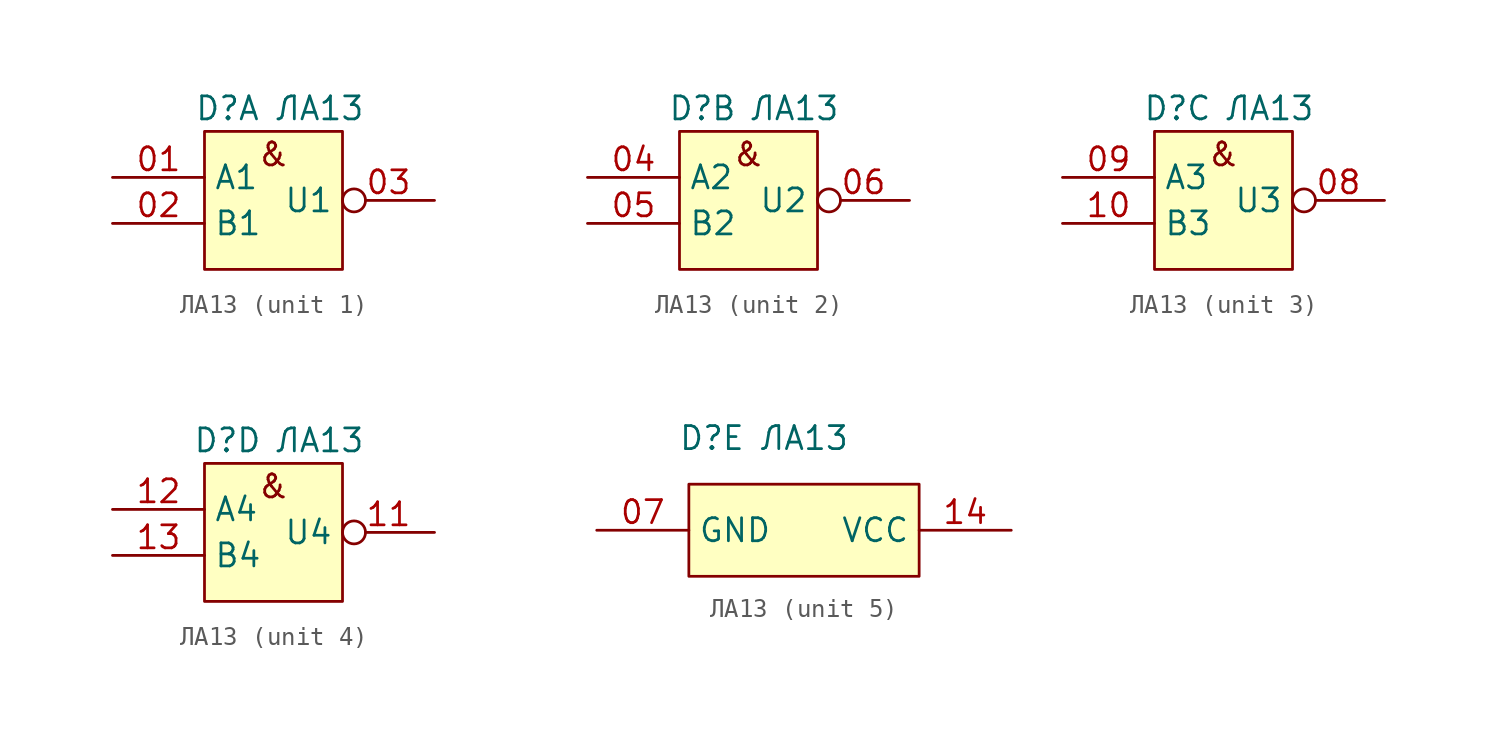
<source format=kicad_sym>
(kicad_symbol_lib
  (version 20231120)
  (generator "kicad_symbol_editor")
  (generator_version "8.0")
  (symbol "ЛА13"
    (property "Reference" "D"
      (at -2.54 -5.08 0)
      (effects (font (size 1.27 1.27))))
    (property "Value" "ЛА13"
      (at 2.54 -5.08 0)
      (effects (font (size 1.27 1.27))))
    (property "ki_locked" ""
      (at 0 0 0)
      (effects (font (size 1.27 1.27))))
    (symbol "ЛА13_1_0"
      (rectangle (start -3.81 -6.35) (end 3.81 -13.97) (stroke (width 0) (type default)) (fill (type background))))
    (symbol "ЛА13_1_1"
      (text "&" (at 0 -7.62 0) (effects (font (size 1.27 1.27))))
      (pin input line (at -8.89 -8.89 0) (length 5.08) (name "A1" (effects (font (size 1.27 1.27)))) (number "01" (effects (font (size 1.27 1.27)))))
      (pin input line (at -8.89 -11.43 0) (length 5.08) (name "B1" (effects (font (size 1.27 1.27)))) (number "02" (effects (font (size 1.27 1.27)))))
      (pin output inverted (at 8.89 -10.16 180) (length 5.08) (name "U1" (effects (font (size 1.27 1.27)))) (number "03" (effects (font (size 1.27 1.27))))))
    (symbol "ЛА13_2_0"
      (rectangle (start -3.81 -6.35) (end 3.81 -13.97) (stroke (width 0) (type default)) (fill (type background))))
    (symbol "ЛА13_2_1"
      (text "&" (at 0 -7.62 0) (effects (font (size 1.27 1.27))))
      (pin input line (at -8.89 -8.89 0) (length 5.08) (name "A2" (effects (font (size 1.27 1.27)))) (number "04" (effects (font (size 1.27 1.27)))))
      (pin input line (at -8.89 -11.43 0) (length 5.08) (name "B2" (effects (font (size 1.27 1.27)))) (number "05" (effects (font (size 1.27 1.27)))))
      (pin output inverted (at 8.89 -10.16 180) (length 5.08) (name "U2" (effects (font (size 1.27 1.27)))) (number "06" (effects (font (size 1.27 1.27))))))
    (symbol "ЛА13_3_0"
      (rectangle (start -3.81 -6.35) (end 3.81 -13.97) (stroke (width 0) (type default)) (fill (type background))))
    (symbol "ЛА13_3_1"
      (text "&" (at 0 -7.62 0) (effects (font (size 1.27 1.27))))
      (pin output inverted (at 8.89 -10.16 180) (length 5.08) (name "U3" (effects (font (size 1.27 1.27)))) (number "08" (effects (font (size 1.27 1.27)))))
      (pin input line (at -8.89 -8.89 0) (length 5.08) (name "A3" (effects (font (size 1.27 1.27)))) (number "09" (effects (font (size 1.27 1.27)))))
      (pin input line (at -8.89 -11.43 0) (length 5.08) (name "B3" (effects (font (size 1.27 1.27)))) (number "10" (effects (font (size 1.27 1.27))))))
    (symbol "ЛА13_4_0"
      (rectangle (start -3.81 -6.35) (end 3.81 -13.97) (stroke (width 0) (type default)) (fill (type background))))
    (symbol "ЛА13_4_1"
      (text "&" (at 0 -7.62 0) (effects (font (size 1.27 1.27))))
      (pin output inverted (at 8.89 -10.16 180) (length 5.08) (name "U4" (effects (font (size 1.27 1.27)))) (number "11" (effects (font (size 1.27 1.27)))))
      (pin input line (at -8.89 -8.89 0) (length 5.08) (name "A4" (effects (font (size 1.27 1.27)))) (number "12" (effects (font (size 1.27 1.27)))))
      (pin input line (at -8.89 -11.43 0) (length 5.08) (name "B4" (effects (font (size 1.27 1.27)))) (number "13" (effects (font (size 1.27 1.27))))))
    (symbol "ЛА13_5_1"
      (rectangle (start -3.81 -7.62) (end 8.89 -12.7) (stroke (width 0) (type default)) (fill (type background)))
      (pin power_in line (at -8.89 -10.16 0) (length 5.08) (name "GND" (effects (font (size 1.27 1.27)))) (number "07" (effects (font (size 1.27 1.27)))))
      (pin power_in line (at 13.97 -10.16 180) (length 5.08) (name "VCC" (effects (font (size 1.27 1.27)))) (number "14" (effects (font (size 1.27 1.27))))))))
</source>
